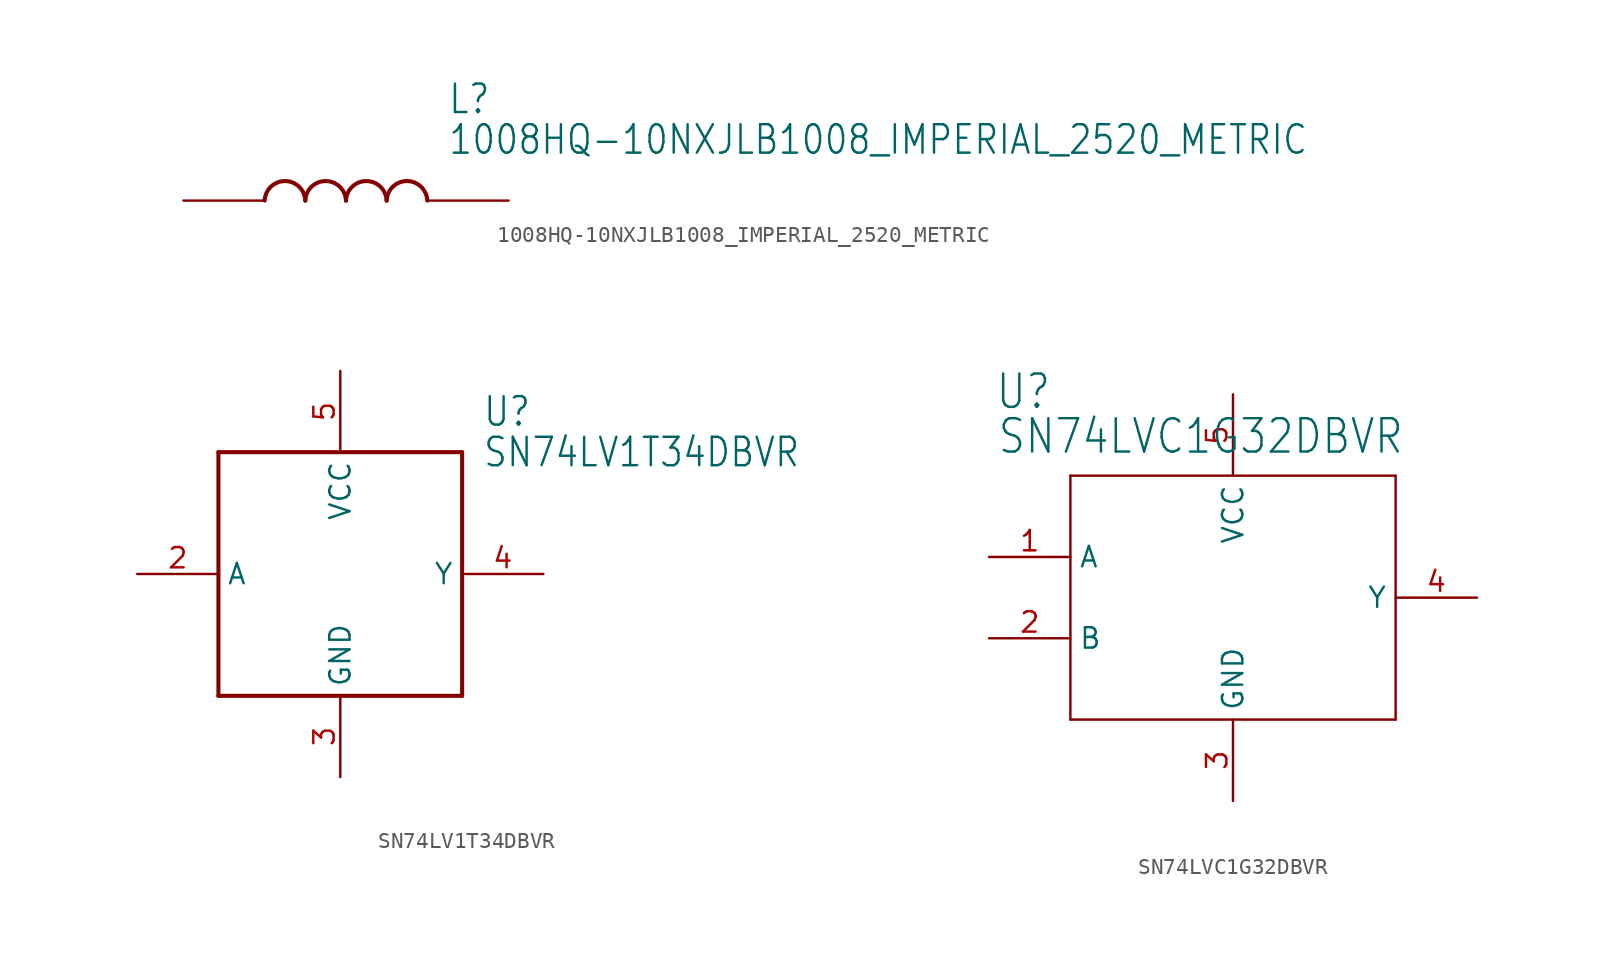
<source format=kicad_sym>
(kicad_symbol_lib
  (version 20211014)
  (generator kicad_symbol_editor)
  (symbol "1008HQ-10NXJLB1008_IMPERIAL_2520_METRIC"
    (property "Reference" "L"
      (at 16.51 6.35 0)
      (effects (font (size 1.778 1.511)) (justify left)))
    (property "Value" "1008HQ-10NXJLB1008_IMPERIAL_2520_METRIC"
      (at 16.51 3.81 0)
      (effects (font (size 1.778 1.511)) (justify left)))
    (property "ki_locked" ""
      (at 0 0 0)
      (effects (font (size 1.27 1.27))))
    (symbol "1008HQ-10NXJLB1008_IMPERIAL_2520_METRIC_1_0"
      (arc (start 7.62 0) (mid 6.35 1.22) (end 5.08 0) (stroke (width 0.254) (type default) (color 0 0 0 0)) (fill (type none)))
      (arc (start 10.16 0) (mid 8.89 1.22) (end 7.62 0) (stroke (width 0.254) (type default) (color 0 0 0 0)) (fill (type none)))
      (arc (start 12.7 0) (mid 11.43 1.22) (end 10.16 0) (stroke (width 0.254) (type default) (color 0 0 0 0)) (fill (type none)))
      (arc (start 15.24 0) (mid 13.97 1.22) (end 12.7 0) (stroke (width 0.254) (type default) (color 0 0 0 0)) (fill (type none)))
      (pin bidirectional line (at 0 0 0) (length 5.08) (name "1" (effects (font (size 0 0)))) (number "1" (effects (font (size 0 0)))))
      (pin bidirectional line (at 20.32 0 180) (length 5.08) (name "2" (effects (font (size 0 0)))) (number "2" (effects (font (size 0 0)))))))
  (symbol "SN74LV1T34DBVR"
    (property "Reference" "U"
      (at 8.89 10.16 0)
      (effects (font (size 1.778 1.511)) (justify left)))
    (property "Value" "SN74LV1T34DBVR"
      (at 8.89 7.62 0)
      (effects (font (size 1.778 1.511)) (justify left)))
    (property "ki_locked" ""
      (at 0 0 0)
      (effects (font (size 1.27 1.27))))
    (symbol "SN74LV1T34DBVR_1_0"
      (polyline (pts (xy -7.62 7.62) (xy -7.62 -7.62)) (stroke (width 0.254) (type default) (color 0 0 0 0)) (fill (type none)))
      (polyline (pts (xy -7.62 7.62) (xy 7.62 7.62)) (stroke (width 0.254) (type default) (color 0 0 0 0)) (fill (type none)))
      (polyline (pts (xy 7.62 -7.62) (xy -7.62 -7.62)) (stroke (width 0.254) (type default) (color 0 0 0 0)) (fill (type none)))
      (polyline (pts (xy 7.62 -7.62) (xy 7.62 7.62)) (stroke (width 0.254) (type default) (color 0 0 0 0)) (fill (type none)))
      (pin bidirectional line (at -12.7 0 0) (length 5.08) (name "A" (effects (font (size 1.27 1.27)))) (number "2" (effects (font (size 1.27 1.27)))))
      (pin bidirectional line (at 0 -12.7 90) (length 5.08) (name "GND" (effects (font (size 1.27 1.27)))) (number "3" (effects (font (size 1.27 1.27)))))
      (pin bidirectional line (at 12.7 0 180) (length 5.08) (name "Y" (effects (font (size 1.27 1.27)))) (number "4" (effects (font (size 1.27 1.27)))))
      (pin bidirectional line (at 0 12.7 270) (length 5.08) (name "VCC" (effects (font (size 1.27 1.27)))) (number "5" (effects (font (size 1.27 1.27)))))))
  (symbol "SN74LVC1G32DBVR"
    (property "Reference" "U"
      (at 10.516 9.119 0)
      (effects (font (size 2.083 1.77)) (justify left bottom)))
    (property "Value" "SN74LVC1G32DBVR"
      (at 10.643 6.325 0)
      (effects (font (size 2.083 1.77)) (justify left bottom)))
    (property "ki_locked" ""
      (at 0 0 0)
      (effects (font (size 1.27 1.27))))
    (symbol "SN74LVC1G32DBVR_1_0"
      (polyline (pts (xy 15.24 -10.16) (xy 35.56 -10.16)) (stroke (width 0.152) (type default) (color 0 0 0 0)) (fill (type none)))
      (polyline (pts (xy 15.24 5.08) (xy 15.24 -10.16)) (stroke (width 0.152) (type default) (color 0 0 0 0)) (fill (type none)))
      (polyline (pts (xy 35.56 -10.16) (xy 35.56 5.08)) (stroke (width 0.152) (type default) (color 0 0 0 0)) (fill (type none)))
      (polyline (pts (xy 35.56 5.08) (xy 15.24 5.08)) (stroke (width 0.152) (type default) (color 0 0 0 0)) (fill (type none)))
      (pin input line (at 10.16 0 0) (length 5.08) (name "A" (effects (font (size 1.27 1.27)))) (number "1" (effects (font (size 1.27 1.27)))))
      (pin input line (at 10.16 -5.08 0) (length 5.08) (name "B" (effects (font (size 1.27 1.27)))) (number "2" (effects (font (size 1.27 1.27)))))
      (pin power_in line (at 25.4 -15.24 90) (length 5.08) (name "GND" (effects (font (size 1.27 1.27)))) (number "3" (effects (font (size 1.27 1.27)))))
      (pin output line (at 40.64 -2.54 180) (length 5.08) (name "Y" (effects (font (size 1.27 1.27)))) (number "4" (effects (font (size 1.27 1.27)))))
      (pin power_in line (at 25.4 10.16 270) (length 5.08) (name "VCC" (effects (font (size 1.27 1.27)))) (number "5" (effects (font (size 1.27 1.27))))))))
</source>
